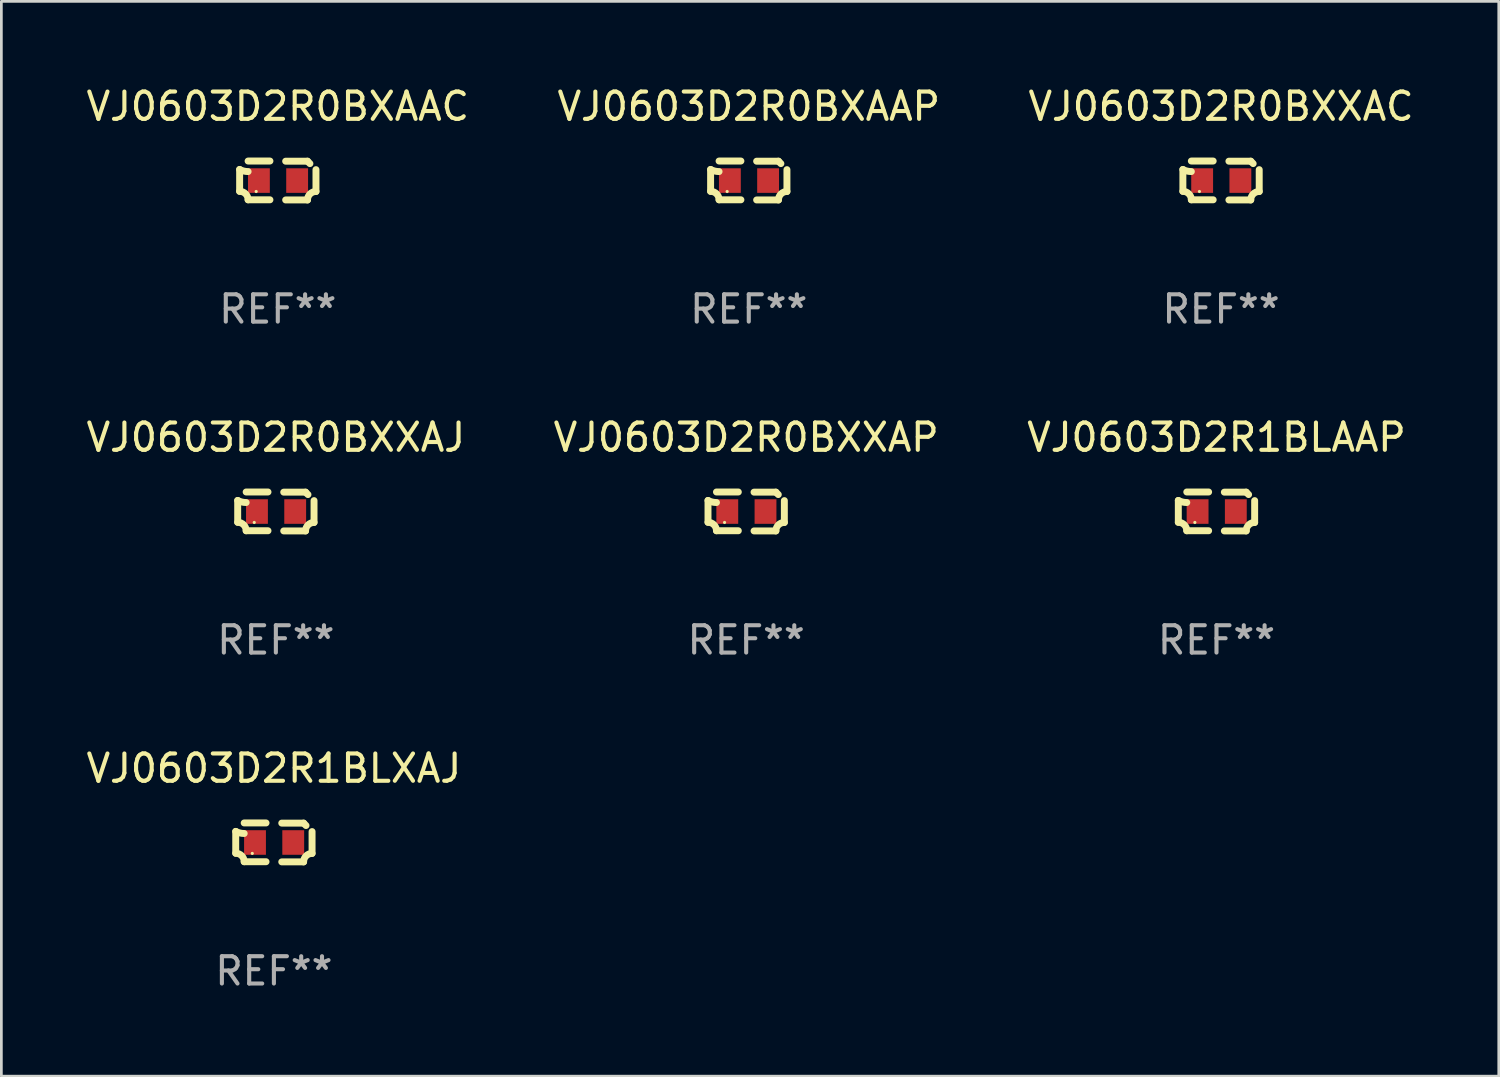
<source format=kicad_pcb>
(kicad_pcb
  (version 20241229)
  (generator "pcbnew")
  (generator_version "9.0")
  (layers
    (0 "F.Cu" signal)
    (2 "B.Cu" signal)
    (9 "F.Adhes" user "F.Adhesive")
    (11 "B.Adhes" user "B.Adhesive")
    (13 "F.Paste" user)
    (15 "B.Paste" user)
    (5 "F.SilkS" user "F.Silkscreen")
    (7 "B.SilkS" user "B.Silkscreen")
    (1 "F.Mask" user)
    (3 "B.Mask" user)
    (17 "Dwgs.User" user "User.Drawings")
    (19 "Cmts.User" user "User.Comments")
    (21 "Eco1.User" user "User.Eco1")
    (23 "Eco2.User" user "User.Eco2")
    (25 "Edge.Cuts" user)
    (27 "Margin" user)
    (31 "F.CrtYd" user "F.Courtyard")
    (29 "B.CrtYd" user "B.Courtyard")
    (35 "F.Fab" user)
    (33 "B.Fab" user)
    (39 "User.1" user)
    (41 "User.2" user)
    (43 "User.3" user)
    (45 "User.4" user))
  (footprint "VJ0603D2R0BXXAC"
    (layer "F.Cu")
    (at 41.673 3.561)
    (property "Reference" "VJ0603D2R0BXXAC" (at 0 -2.713 0) (layer "F.SilkS") (effects (font (size 1 1) (thickness 0.15))))
    (attr through_hole)
    (fp_line (start -1.398 -0.403) (end -1.398 0.397) (stroke (width 0.254) (type solid)) (layer "F.SilkS"))
    (fp_line (start -0.288 -0.713) (end -1.088 -0.713) (stroke (width 0.254) (type solid)) (layer "F.SilkS"))
    (fp_line (start -0.288 0.707) (end -1.088 0.707) (stroke (width 0.254) (type solid)) (layer "F.SilkS"))
    (fp_line (start 0.288 -0.707) (end 1.088 -0.707) (stroke (width 0.254) (type solid)) (layer "F.SilkS"))
    (fp_line (start 0.288 0.713) (end 1.088 0.713) (stroke (width 0.254) (type solid)) (layer "F.SilkS"))
    (fp_line (start 1.398 -0.397) (end 1.398 0.403) (stroke (width 0.254) (type solid)) (layer "F.SilkS"))
    (fp_arc (start -1.397789 0.397066) (mid -1.178701 0.487826) (end -1.08796 0.706922) (stroke (width 0.254001) (type solid)) (layer "F.SilkS"))
    (fp_arc (start -1.08796 -0.327176) (mid -1.247436 -0.346384) (end -1.39779 -0.402908) (stroke (width 0.254001) (type solid)) (layer "F.SilkS"))
    (fp_arc (start 1.087909 0.712738) (mid 1.178656 0.493655) (end 1.397739 0.402908) (stroke (width 0.254001) (type solid)) (layer "F.SilkS"))
    (fp_arc (start 1.175925 -0.618926) (mid 1.131917 -0.662923) (end 1.08791 -0.706922) (stroke (width 0.254001) (type solid)) (layer "F.SilkS"))
    (fp_circle (center -0.792 0.403) (end -0.762 0.403) (stroke (width 0.06) (type solid)) (fill no) (layer "F.SilkS"))
    (fp_text user "REF**" (at 0 4.713 0) (layer "F.Fab") (effects (font (size 1 1) (thickness 0.15))))
    (pad "1" smd rect (at -0.692 0.003) (size 0.8 0.9) (layers "F.Cu" "F.Mask" "F.Paste"))
    (pad "2" smd rect (at 0.708 0.003) (size 0.8 0.9) (layers "F.Cu" "F.Mask" "F.Paste")))
  (footprint "VJ0603D2R0BXAAC"
    (layer "F.Cu")
    (at 7.125 3.561)
    (property "Reference" "VJ0603D2R0BXAAC" (at 0 -2.713 0) (layer "F.SilkS") (effects (font (size 1 1) (thickness 0.15))))
    (attr through_hole)
    (fp_line (start -1.398 -0.403) (end -1.398 0.397) (stroke (width 0.254) (type solid)) (layer "F.SilkS"))
    (fp_line (start -0.288 -0.713) (end -1.088 -0.713) (stroke (width 0.254) (type solid)) (layer "F.SilkS"))
    (fp_line (start -0.288 0.707) (end -1.088 0.707) (stroke (width 0.254) (type solid)) (layer "F.SilkS"))
    (fp_line (start 0.288 -0.707) (end 1.088 -0.707) (stroke (width 0.254) (type solid)) (layer "F.SilkS"))
    (fp_line (start 0.288 0.713) (end 1.088 0.713) (stroke (width 0.254) (type solid)) (layer "F.SilkS"))
    (fp_line (start 1.398 -0.397) (end 1.398 0.403) (stroke (width 0.254) (type solid)) (layer "F.SilkS"))
    (fp_arc (start -1.397789 0.397066) (mid -1.178701 0.487826) (end -1.08796 0.706922) (stroke (width 0.254001) (type solid)) (layer "F.SilkS"))
    (fp_arc (start -1.08796 -0.327176) (mid -1.247436 -0.346384) (end -1.39779 -0.402908) (stroke (width 0.254001) (type solid)) (layer "F.SilkS"))
    (fp_arc (start 1.087909 0.712738) (mid 1.178656 0.493655) (end 1.397739 0.402908) (stroke (width 0.254001) (type solid)) (layer "F.SilkS"))
    (fp_arc (start 1.175925 -0.618926) (mid 1.131917 -0.662923) (end 1.08791 -0.706922) (stroke (width 0.254001) (type solid)) (layer "F.SilkS"))
    (fp_circle (center -0.792 0.403) (end -0.762 0.403) (stroke (width 0.06) (type solid)) (fill no) (layer "F.SilkS"))
    (fp_text user "REF**" (at 0 4.713 0) (layer "F.Fab") (effects (font (size 1 1) (thickness 0.15))))
    (pad "1" smd rect (at -0.692 0.003) (size 0.8 0.9) (layers "F.Cu" "F.Mask" "F.Paste"))
    (pad "2" smd rect (at 0.708 0.003) (size 0.8 0.9) (layers "F.Cu" "F.Mask" "F.Paste")))
  (footprint "VJ0603D2R1BLXAJ"
    (layer "F.Cu")
    (at 6.982 27.805)
    (property "Reference" "VJ0603D2R1BLXAJ" (at 0 -2.713 0) (layer "F.SilkS") (effects (font (size 1 1) (thickness 0.15))))
    (attr through_hole)
    (fp_line (start -1.398 -0.403) (end -1.398 0.397) (stroke (width 0.254) (type solid)) (layer "F.SilkS"))
    (fp_line (start -0.288 -0.713) (end -1.088 -0.713) (stroke (width 0.254) (type solid)) (layer "F.SilkS"))
    (fp_line (start -0.288 0.707) (end -1.088 0.707) (stroke (width 0.254) (type solid)) (layer "F.SilkS"))
    (fp_line (start 0.288 -0.707) (end 1.088 -0.707) (stroke (width 0.254) (type solid)) (layer "F.SilkS"))
    (fp_line (start 0.288 0.713) (end 1.088 0.713) (stroke (width 0.254) (type solid)) (layer "F.SilkS"))
    (fp_line (start 1.398 -0.397) (end 1.398 0.403) (stroke (width 0.254) (type solid)) (layer "F.SilkS"))
    (fp_arc (start -1.397789 0.397066) (mid -1.178701 0.487826) (end -1.08796 0.706922) (stroke (width 0.254001) (type solid)) (layer "F.SilkS"))
    (fp_arc (start -1.08796 -0.327176) (mid -1.247436 -0.346384) (end -1.39779 -0.402908) (stroke (width 0.254001) (type solid)) (layer "F.SilkS"))
    (fp_arc (start 1.087909 0.712738) (mid 1.178656 0.493655) (end 1.397739 0.402908) (stroke (width 0.254001) (type solid)) (layer "F.SilkS"))
    (fp_arc (start 1.175925 -0.618926) (mid 1.131917 -0.662923) (end 1.08791 -0.706922) (stroke (width 0.254001) (type solid)) (layer "F.SilkS"))
    (fp_circle (center -0.792 0.403) (end -0.762 0.403) (stroke (width 0.06) (type solid)) (fill no) (layer "F.SilkS"))
    (fp_text user "REF**" (at 0 4.713 0) (layer "F.Fab") (effects (font (size 1 1) (thickness 0.15))))
    (pad "1" smd rect (at -0.692 0.003) (size 0.8 0.9) (layers "F.Cu" "F.Mask" "F.Paste"))
    (pad "2" smd rect (at 0.708 0.003) (size 0.8 0.9) (layers "F.Cu" "F.Mask" "F.Paste")))
  (footprint "VJ0603D2R0BXXAP"
    (layer "F.Cu")
    (at 24.28 15.683)
    (property "Reference" "VJ0603D2R0BXXAP" (at 0 -2.713 0) (layer "F.SilkS") (effects (font (size 1 1) (thickness 0.15))))
    (attr through_hole)
    (fp_line (start -1.398 -0.403) (end -1.398 0.397) (stroke (width 0.254) (type solid)) (layer "F.SilkS"))
    (fp_line (start -0.288 -0.713) (end -1.088 -0.713) (stroke (width 0.254) (type solid)) (layer "F.SilkS"))
    (fp_line (start -0.288 0.707) (end -1.088 0.707) (stroke (width 0.254) (type solid)) (layer "F.SilkS"))
    (fp_line (start 0.288 -0.707) (end 1.088 -0.707) (stroke (width 0.254) (type solid)) (layer "F.SilkS"))
    (fp_line (start 0.288 0.713) (end 1.088 0.713) (stroke (width 0.254) (type solid)) (layer "F.SilkS"))
    (fp_line (start 1.398 -0.397) (end 1.398 0.403) (stroke (width 0.254) (type solid)) (layer "F.SilkS"))
    (fp_arc (start -1.397789 0.397066) (mid -1.178701 0.487826) (end -1.08796 0.706922) (stroke (width 0.254001) (type solid)) (layer "F.SilkS"))
    (fp_arc (start -1.08796 -0.327176) (mid -1.247436 -0.346384) (end -1.39779 -0.402908) (stroke (width 0.254001) (type solid)) (layer "F.SilkS"))
    (fp_arc (start 1.087909 0.712738) (mid 1.178656 0.493655) (end 1.397739 0.402908) (stroke (width 0.254001) (type solid)) (layer "F.SilkS"))
    (fp_arc (start 1.175925 -0.618926) (mid 1.131917 -0.662923) (end 1.08791 -0.706922) (stroke (width 0.254001) (type solid)) (layer "F.SilkS"))
    (fp_circle (center -0.792 0.403) (end -0.762 0.403) (stroke (width 0.06) (type solid)) (fill no) (layer "F.SilkS"))
    (fp_text user "REF**" (at 0 4.713 0) (layer "F.Fab") (effects (font (size 1 1) (thickness 0.15))))
    (pad "1" smd rect (at -0.692 0.003) (size 0.8 0.9) (layers "F.Cu" "F.Mask" "F.Paste"))
    (pad "2" smd rect (at 0.708 0.003) (size 0.8 0.9) (layers "F.Cu" "F.Mask" "F.Paste")))
  (footprint "VJ0603D2R1BLAAP"
    (layer "F.Cu")
    (at 41.506 15.683)
    (property "Reference" "VJ0603D2R1BLAAP" (at 0 -2.713 0) (layer "F.SilkS") (effects (font (size 1 1) (thickness 0.15))))
    (attr through_hole)
    (fp_line (start -1.398 -0.403) (end -1.398 0.397) (stroke (width 0.254) (type solid)) (layer "F.SilkS"))
    (fp_line (start -0.288 -0.713) (end -1.088 -0.713) (stroke (width 0.254) (type solid)) (layer "F.SilkS"))
    (fp_line (start -0.288 0.707) (end -1.088 0.707) (stroke (width 0.254) (type solid)) (layer "F.SilkS"))
    (fp_line (start 0.288 -0.707) (end 1.088 -0.707) (stroke (width 0.254) (type solid)) (layer "F.SilkS"))
    (fp_line (start 0.288 0.713) (end 1.088 0.713) (stroke (width 0.254) (type solid)) (layer "F.SilkS"))
    (fp_line (start 1.398 -0.397) (end 1.398 0.403) (stroke (width 0.254) (type solid)) (layer "F.SilkS"))
    (fp_arc (start -1.397789 0.397066) (mid -1.178701 0.487826) (end -1.08796 0.706922) (stroke (width 0.254001) (type solid)) (layer "F.SilkS"))
    (fp_arc (start -1.08796 -0.327176) (mid -1.247436 -0.346384) (end -1.39779 -0.402908) (stroke (width 0.254001) (type solid)) (layer "F.SilkS"))
    (fp_arc (start 1.087909 0.712738) (mid 1.178656 0.493655) (end 1.397739 0.402908) (stroke (width 0.254001) (type solid)) (layer "F.SilkS"))
    (fp_arc (start 1.175925 -0.618926) (mid 1.131917 -0.662923) (end 1.08791 -0.706922) (stroke (width 0.254001) (type solid)) (layer "F.SilkS"))
    (fp_circle (center -0.792 0.403) (end -0.762 0.403) (stroke (width 0.06) (type solid)) (fill no) (layer "F.SilkS"))
    (fp_text user "REF**" (at 0 4.713 0) (layer "F.Fab") (effects (font (size 1 1) (thickness 0.15))))
    (pad "1" smd rect (at -0.692 0.003) (size 0.8 0.9) (layers "F.Cu" "F.Mask" "F.Paste"))
    (pad "2" smd rect (at 0.708 0.003) (size 0.8 0.9) (layers "F.Cu" "F.Mask" "F.Paste")))
  (footprint "VJ0603D2R0BXAAP"
    (layer "F.Cu")
    (at 24.375 3.561)
    (property "Reference" "VJ0603D2R0BXAAP" (at 0 -2.713 0) (layer "F.SilkS") (effects (font (size 1 1) (thickness 0.15))))
    (attr through_hole)
    (fp_line (start -1.398 -0.403) (end -1.398 0.397) (stroke (width 0.254) (type solid)) (layer "F.SilkS"))
    (fp_line (start -0.288 -0.713) (end -1.088 -0.713) (stroke (width 0.254) (type solid)) (layer "F.SilkS"))
    (fp_line (start -0.288 0.707) (end -1.088 0.707) (stroke (width 0.254) (type solid)) (layer "F.SilkS"))
    (fp_line (start 0.288 -0.707) (end 1.088 -0.707) (stroke (width 0.254) (type solid)) (layer "F.SilkS"))
    (fp_line (start 0.288 0.713) (end 1.088 0.713) (stroke (width 0.254) (type solid)) (layer "F.SilkS"))
    (fp_line (start 1.398 -0.397) (end 1.398 0.403) (stroke (width 0.254) (type solid)) (layer "F.SilkS"))
    (fp_arc (start -1.397789 0.397066) (mid -1.178701 0.487826) (end -1.08796 0.706922) (stroke (width 0.254001) (type solid)) (layer "F.SilkS"))
    (fp_arc (start -1.08796 -0.327176) (mid -1.247436 -0.346384) (end -1.39779 -0.402908) (stroke (width 0.254001) (type solid)) (layer "F.SilkS"))
    (fp_arc (start 1.087909 0.712738) (mid 1.178656 0.493655) (end 1.397739 0.402908) (stroke (width 0.254001) (type solid)) (layer "F.SilkS"))
    (fp_arc (start 1.175925 -0.618926) (mid 1.131917 -0.662923) (end 1.08791 -0.706922) (stroke (width 0.254001) (type solid)) (layer "F.SilkS"))
    (fp_circle (center -0.792 0.403) (end -0.762 0.403) (stroke (width 0.06) (type solid)) (fill no) (layer "F.SilkS"))
    (fp_text user "REF**" (at 0 4.713 0) (layer "F.Fab") (effects (font (size 1 1) (thickness 0.15))))
    (pad "1" smd rect (at -0.692 0.003) (size 0.8 0.9) (layers "F.Cu" "F.Mask" "F.Paste"))
    (pad "2" smd rect (at 0.708 0.003) (size 0.8 0.9) (layers "F.Cu" "F.Mask" "F.Paste")))
  (footprint "VJ0603D2R0BXXAJ"
    (layer "F.Cu")
    (at 7.054 15.683)
    (property "Reference" "VJ0603D2R0BXXAJ" (at 0 -2.713 0) (layer "F.SilkS") (effects (font (size 1 1) (thickness 0.15))))
    (attr through_hole)
    (fp_line (start -1.398 -0.403) (end -1.398 0.397) (stroke (width 0.254) (type solid)) (layer "F.SilkS"))
    (fp_line (start -0.288 -0.713) (end -1.088 -0.713) (stroke (width 0.254) (type solid)) (layer "F.SilkS"))
    (fp_line (start -0.288 0.707) (end -1.088 0.707) (stroke (width 0.254) (type solid)) (layer "F.SilkS"))
    (fp_line (start 0.288 -0.707) (end 1.088 -0.707) (stroke (width 0.254) (type solid)) (layer "F.SilkS"))
    (fp_line (start 0.288 0.713) (end 1.088 0.713) (stroke (width 0.254) (type solid)) (layer "F.SilkS"))
    (fp_line (start 1.398 -0.397) (end 1.398 0.403) (stroke (width 0.254) (type solid)) (layer "F.SilkS"))
    (fp_arc (start -1.397789 0.397066) (mid -1.178701 0.487826) (end -1.08796 0.706922) (stroke (width 0.254001) (type solid)) (layer "F.SilkS"))
    (fp_arc (start -1.08796 -0.327176) (mid -1.247436 -0.346384) (end -1.39779 -0.402908) (stroke (width 0.254001) (type solid)) (layer "F.SilkS"))
    (fp_arc (start 1.087909 0.712738) (mid 1.178656 0.493655) (end 1.397739 0.402908) (stroke (width 0.254001) (type solid)) (layer "F.SilkS"))
    (fp_arc (start 1.175925 -0.618926) (mid 1.131917 -0.662923) (end 1.08791 -0.706922) (stroke (width 0.254001) (type solid)) (layer "F.SilkS"))
    (fp_circle (center -0.792 0.403) (end -0.762 0.403) (stroke (width 0.06) (type solid)) (fill no) (layer "F.SilkS"))
    (fp_text user "REF**" (at 0 4.713 0) (layer "F.Fab") (effects (font (size 1 1) (thickness 0.15))))
    (pad "1" smd rect (at -0.692 0.003) (size 0.8 0.9) (layers "F.Cu" "F.Mask" "F.Paste"))
    (pad "2" smd rect (at 0.708 0.003) (size 0.8 0.9) (layers "F.Cu" "F.Mask" "F.Paste")))
  (gr_rect
    (start -3 -3)
    (end 51.845 36.366)
    (stroke (width 0.1) (type default))
    (fill no)
    (layer "Edge.Cuts")))
</source>
